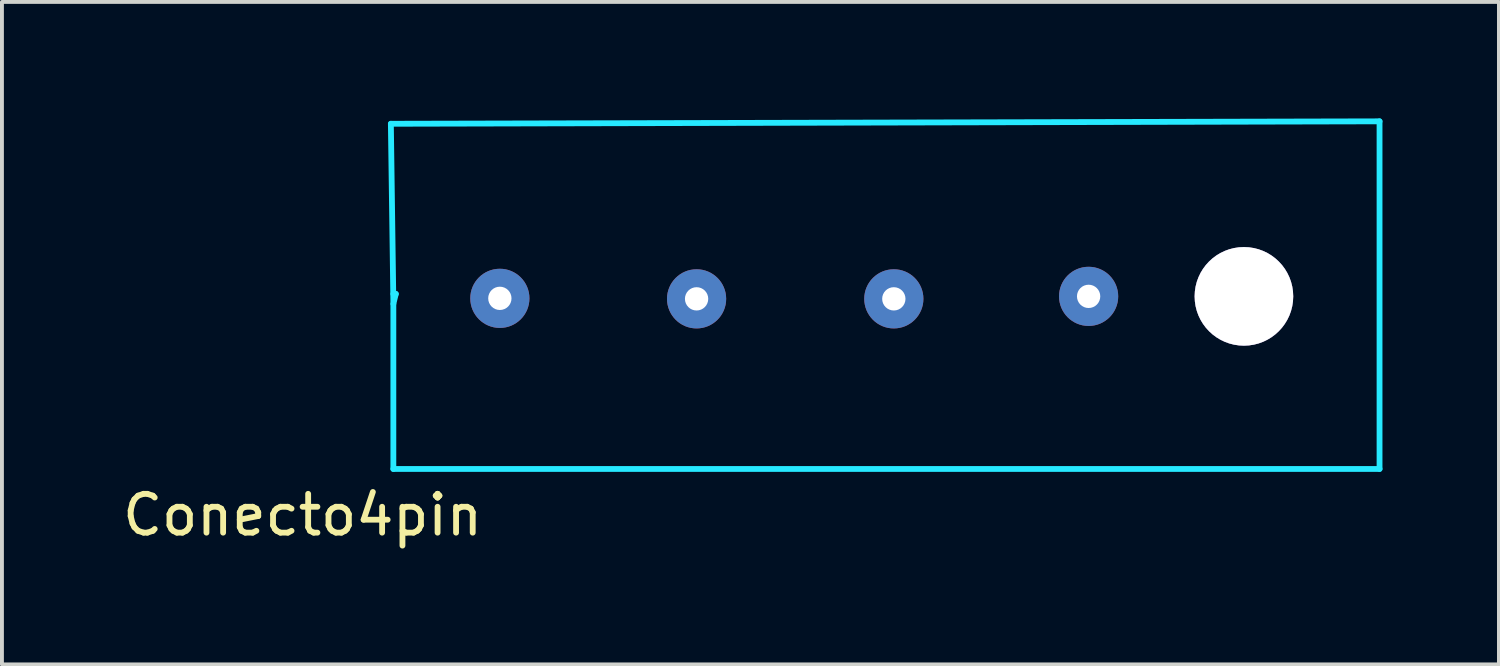
<source format=kicad_pcb>
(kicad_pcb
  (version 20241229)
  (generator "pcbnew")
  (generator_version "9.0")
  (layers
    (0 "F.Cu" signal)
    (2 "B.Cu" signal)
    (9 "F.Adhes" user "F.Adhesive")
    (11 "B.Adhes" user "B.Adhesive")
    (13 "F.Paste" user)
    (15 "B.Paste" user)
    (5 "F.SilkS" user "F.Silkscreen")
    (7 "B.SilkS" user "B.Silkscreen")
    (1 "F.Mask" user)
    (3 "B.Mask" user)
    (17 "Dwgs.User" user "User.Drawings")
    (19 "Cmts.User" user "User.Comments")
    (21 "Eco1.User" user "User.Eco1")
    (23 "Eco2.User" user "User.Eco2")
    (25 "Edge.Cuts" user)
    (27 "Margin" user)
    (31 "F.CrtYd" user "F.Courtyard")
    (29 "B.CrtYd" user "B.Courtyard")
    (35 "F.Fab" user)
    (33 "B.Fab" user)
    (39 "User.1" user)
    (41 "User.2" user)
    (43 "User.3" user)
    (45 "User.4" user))
  (footprint "Conecto4pin"
    (layer "F.Cu")
    (at 4.744 9.714)
    (property "Reference" "Conecto4pin" (at 0 0.5 0) (layer "F.SilkS") (effects (font (size 1 1) (thickness 0.15))))
    (attr through_hole)
    (fp_line (start 2.273 -9.576) (end 2.337 -5.004) (stroke (width 0.15) (type solid)) (layer "B.CrtYd"))
    (fp_line (start 2.337 -5.194) (end 2.4 -5.194) (stroke (width 0.15) (type solid)) (layer "B.CrtYd"))
    (fp_line (start 2.337 -4.94) (end 2.337 -0.686) (stroke (width 0.15) (type solid)) (layer "B.CrtYd"))
    (fp_line (start 2.337 -0.686) (end 27.737 -0.686) (stroke (width 0.15) (type solid)) (layer "B.CrtYd"))
    (fp_line (start 2.4 -5.194) (end 2.337 -4.94) (stroke (width 0.15) (type solid)) (layer "B.CrtYd"))
    (fp_line (start 27.737 -9.639) (end 2.273 -9.576) (stroke (width 0.15) (type solid)) (layer "B.CrtYd"))
    (fp_line (start 27.737 -0.686) (end 27.737 -9.639) (stroke (width 0.15) (type solid)) (layer "B.CrtYd"))
    (pad "1" thru_hole circle (at 5.08 -5.08) (size 1.524 1.524) (drill 0.6) (layers "*.Cu" "*.Mask"))
    (pad "2" thru_hole circle (at 10.147 -5.067) (size 1.524 1.524) (drill 0.6) (layers "*.Cu" "*.Mask"))
    (pad "3" thru_hole circle (at 15.227 -5.067) (size 1.524 1.524) (drill 0.6) (layers "*.Cu" "*.Mask"))
    (pad "4" thru_hole circle (at 20.244 -5.131) (size 1.524 1.524) (drill 0.6) (layers "*.Cu" "*.Mask"))
    (pad "5" thru_hole circle (at 24.244 -5.131) (size 2.54 2.54) (drill 2.54) (layers "*.Cu" "*.Mask")))
  (gr_rect
    (start -3 -3)
    (end 35.556 14.063)
    (stroke (width 0.1) (type default))
    (fill no)
    (layer "Edge.Cuts")))
</source>
